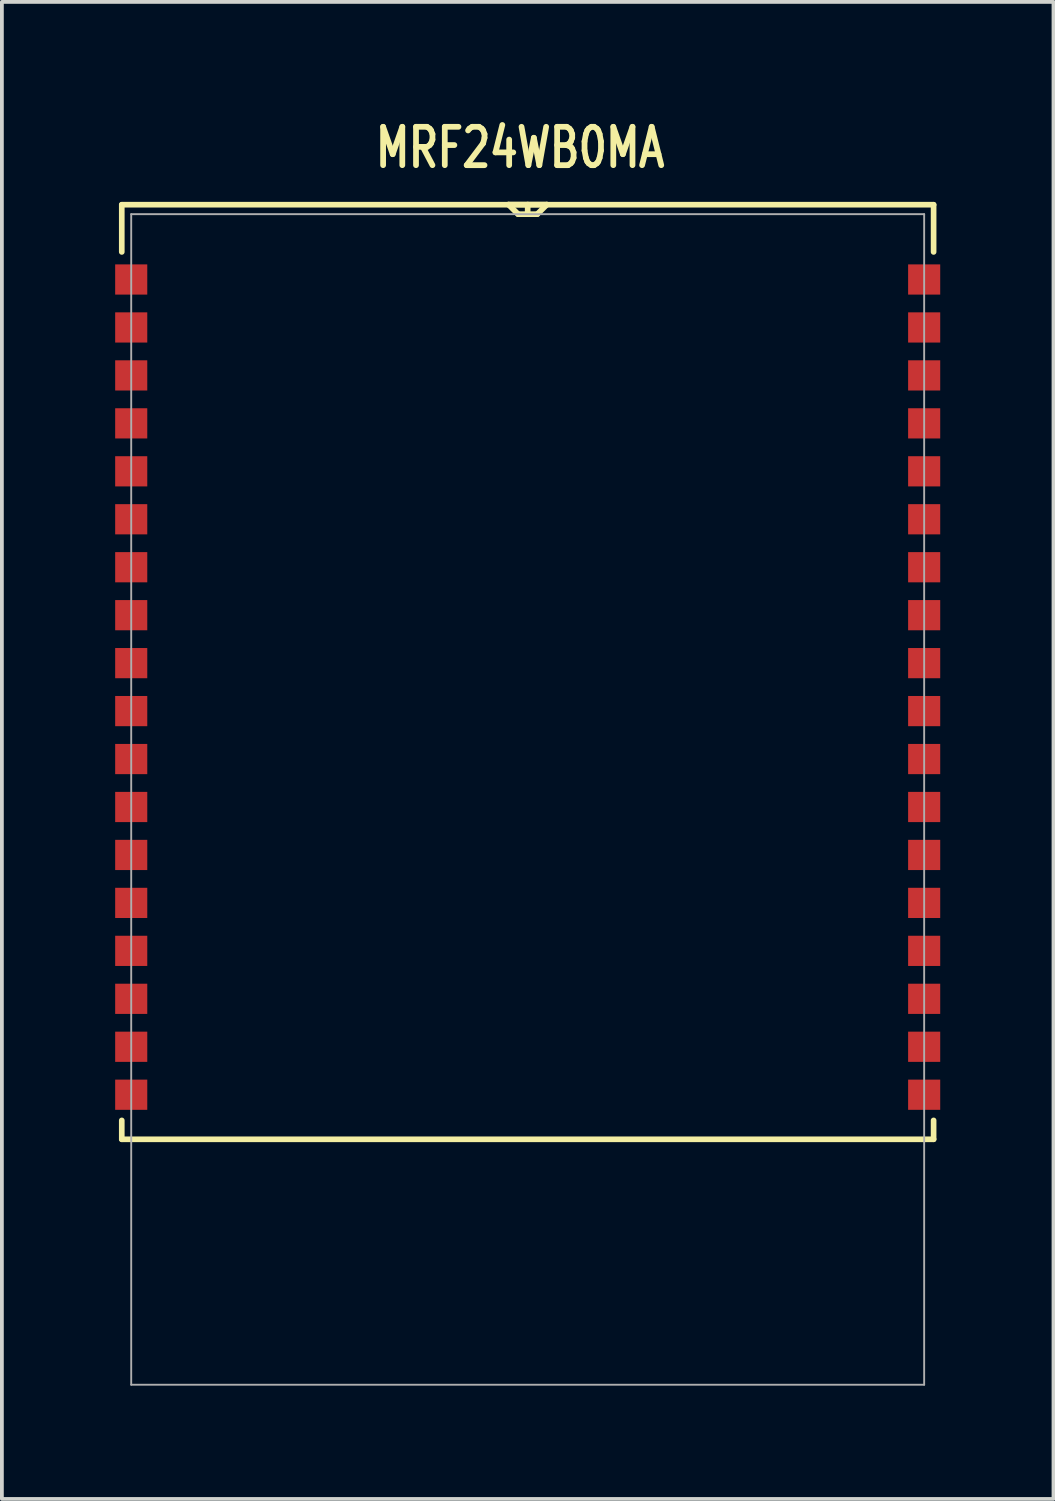
<source format=kicad_pcb>
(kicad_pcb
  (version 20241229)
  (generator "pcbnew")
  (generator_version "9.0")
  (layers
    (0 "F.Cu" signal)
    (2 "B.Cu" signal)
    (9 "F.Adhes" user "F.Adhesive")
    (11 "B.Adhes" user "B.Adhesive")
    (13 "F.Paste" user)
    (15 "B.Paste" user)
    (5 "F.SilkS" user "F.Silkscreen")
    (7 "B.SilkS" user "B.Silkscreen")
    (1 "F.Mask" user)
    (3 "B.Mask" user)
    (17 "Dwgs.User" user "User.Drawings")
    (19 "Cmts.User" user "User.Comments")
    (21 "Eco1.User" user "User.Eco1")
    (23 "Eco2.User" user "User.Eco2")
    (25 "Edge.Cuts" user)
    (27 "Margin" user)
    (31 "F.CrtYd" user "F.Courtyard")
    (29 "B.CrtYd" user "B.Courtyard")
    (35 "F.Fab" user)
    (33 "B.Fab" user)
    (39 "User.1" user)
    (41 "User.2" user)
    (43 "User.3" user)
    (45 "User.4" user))
  (footprint "MRF24WB0MA"
    (layer "F.Cu")
    (at 10.925 2.622)
    (property "Reference" "MRF24WB0MA" (at -0.2 -1.76 0) (layer "F.SilkS") (effects (font (size 1.016 0.762) (thickness 0.152))))
    (attr through_hole)
    (fp_line (start -10.75 -0.25) (end -10.75 1) (stroke (width 0.15) (type solid)) (layer "F.SilkS"))
    (fp_line (start -10.75 24) (end -10.75 24.5) (stroke (width 0.15) (type solid)) (layer "F.SilkS"))
    (fp_line (start -10.75 24.5) (end 10.75 24.5) (stroke (width 0.15) (type solid)) (layer "F.SilkS"))
    (fp_line (start -0.508 -0.254) (end -0.254 0) (stroke (width 0.15) (type solid)) (layer "F.SilkS"))
    (fp_line (start -0.254 0) (end 0.254 0) (stroke (width 0.15) (type solid)) (layer "F.SilkS"))
    (fp_line (start 0 -0.254) (end 0 0) (stroke (width 0.15) (type solid)) (layer "F.SilkS"))
    (fp_line (start 0.254 0) (end 0.508 -0.254) (stroke (width 0.15) (type solid)) (layer "F.SilkS"))
    (fp_line (start 0.508 -0.254) (end -0.508 -0.254) (stroke (width 0.15) (type solid)) (layer "F.SilkS"))
    (fp_line (start 10.75 -0.25) (end -10.75 -0.25) (stroke (width 0.15) (type solid)) (layer "F.SilkS"))
    (fp_line (start 10.75 1) (end 10.75 -0.25) (stroke (width 0.15) (type solid)) (layer "F.SilkS"))
    (fp_line (start 10.75 24.5) (end 10.75 24) (stroke (width 0.15) (type solid)) (layer "F.SilkS"))
    (fp_line (start -10.5 0) (end 10.5 0) (stroke (width 0.05) (type solid)) (layer "F.Fab"))
    (fp_line (start -10.5 31) (end -10.5 0) (stroke (width 0.05) (type solid)) (layer "F.Fab"))
    (fp_line (start 10.5 0) (end 10.5 31) (stroke (width 0.05) (type solid)) (layer "F.Fab"))
    (fp_line (start 10.5 31) (end -10.5 31) (stroke (width 0.05) (type solid)) (layer "F.Fab"))
    (pad "1" smd rect (at -10.5 1.73) (size 0.85 0.8) (layers "F.Cu" "F.Mask" "F.Paste"))
    (pad "2" smd rect (at -10.5 3) (size 0.85 0.8) (layers "F.Cu" "F.Mask" "F.Paste"))
    (pad "3" smd rect (at -10.5 4.27) (size 0.85 0.8) (layers "F.Cu" "F.Mask" "F.Paste"))
    (pad "4" smd rect (at -10.5 5.54) (size 0.85 0.8) (layers "F.Cu" "F.Mask" "F.Paste"))
    (pad "5" smd rect (at -10.5 6.81) (size 0.85 0.8) (layers "F.Cu" "F.Mask" "F.Paste"))
    (pad "6" smd rect (at -10.5 8.08) (size 0.85 0.8) (layers "F.Cu" "F.Mask" "F.Paste"))
    (pad "7" smd rect (at -10.5 9.35) (size 0.85 0.8) (layers "F.Cu" "F.Mask" "F.Paste"))
    (pad "8" smd rect (at -10.5 10.62) (size 0.85 0.8) (layers "F.Cu" "F.Mask" "F.Paste"))
    (pad "9" smd rect (at -10.5 11.89) (size 0.85 0.8) (layers "F.Cu" "F.Mask" "F.Paste"))
    (pad "10" smd rect (at -10.5 13.16) (size 0.85 0.8) (layers "F.Cu" "F.Mask" "F.Paste"))
    (pad "11" smd rect (at -10.5 14.43) (size 0.85 0.8) (layers "F.Cu" "F.Mask" "F.Paste"))
    (pad "12" smd rect (at -10.5 15.7) (size 0.85 0.8) (layers "F.Cu" "F.Mask" "F.Paste"))
    (pad "13" smd rect (at -10.5 16.97) (size 0.85 0.8) (layers "F.Cu" "F.Mask" "F.Paste"))
    (pad "14" smd rect (at -10.5 18.24) (size 0.85 0.8) (layers "F.Cu" "F.Mask" "F.Paste"))
    (pad "15" smd rect (at -10.5 19.51) (size 0.85 0.8) (layers "F.Cu" "F.Mask" "F.Paste"))
    (pad "16" smd rect (at -10.5 20.78) (size 0.85 0.8) (layers "F.Cu" "F.Mask" "F.Paste"))
    (pad "17" smd rect (at -10.5 22.05) (size 0.85 0.8) (layers "F.Cu" "F.Mask" "F.Paste"))
    (pad "18" smd rect (at -10.5 23.32) (size 0.85 0.8) (layers "F.Cu" "F.Mask" "F.Paste"))
    (pad "19" smd rect (at 10.5 23.32) (size 0.85 0.8) (layers "F.Cu" "F.Mask" "F.Paste"))
    (pad "20" smd rect (at 10.5 22.05) (size 0.85 0.8) (layers "F.Cu" "F.Mask" "F.Paste"))
    (pad "21" smd rect (at 10.5 20.78) (size 0.85 0.8) (layers "F.Cu" "F.Mask" "F.Paste"))
    (pad "22" smd rect (at 10.5 19.51) (size 0.85 0.8) (layers "F.Cu" "F.Mask" "F.Paste"))
    (pad "23" smd rect (at 10.5 18.24) (size 0.85 0.8) (layers "F.Cu" "F.Mask" "F.Paste"))
    (pad "24" smd rect (at 10.5 16.97) (size 0.85 0.8) (layers "F.Cu" "F.Mask" "F.Paste"))
    (pad "25" smd rect (at 10.5 15.7) (size 0.85 0.8) (layers "F.Cu" "F.Mask" "F.Paste"))
    (pad "26" smd rect (at 10.5 14.43) (size 0.85 0.8) (layers "F.Cu" "F.Mask" "F.Paste"))
    (pad "27" smd rect (at 10.5 13.16) (size 0.85 0.8) (layers "F.Cu" "F.Mask" "F.Paste"))
    (pad "28" smd rect (at 10.5 11.89) (size 0.85 0.8) (layers "F.Cu" "F.Mask" "F.Paste"))
    (pad "29" smd rect (at 10.5 10.62) (size 0.85 0.8) (layers "F.Cu" "F.Mask" "F.Paste"))
    (pad "30" smd rect (at 10.5 8.08) (size 0.85 0.8) (layers "F.Cu" "F.Mask" "F.Paste"))
    (pad "31" smd rect (at 10.5 9.35) (size 0.85 0.8) (layers "F.Cu" "F.Mask" "F.Paste"))
    (pad "32" smd rect (at 10.5 6.81) (size 0.85 0.8) (layers "F.Cu" "F.Mask" "F.Paste"))
    (pad "33" smd rect (at 10.5 5.54) (size 0.85 0.8) (layers "F.Cu" "F.Mask" "F.Paste"))
    (pad "34" smd rect (at 10.5 4.27) (size 0.85 0.8) (layers "F.Cu" "F.Mask" "F.Paste"))
    (pad "35" smd rect (at 10.5 3) (size 0.85 0.8) (layers "F.Cu" "F.Mask" "F.Paste"))
    (pad "36" smd rect (at 10.5 1.73) (size 0.85 0.8) (layers "F.Cu" "F.Mask" "F.Paste")))
  (gr_rect
    (start -3 -3)
    (end 24.85 36.647)
    (stroke (width 0.1) (type default))
    (fill no)
    (layer "Edge.Cuts")))
</source>
